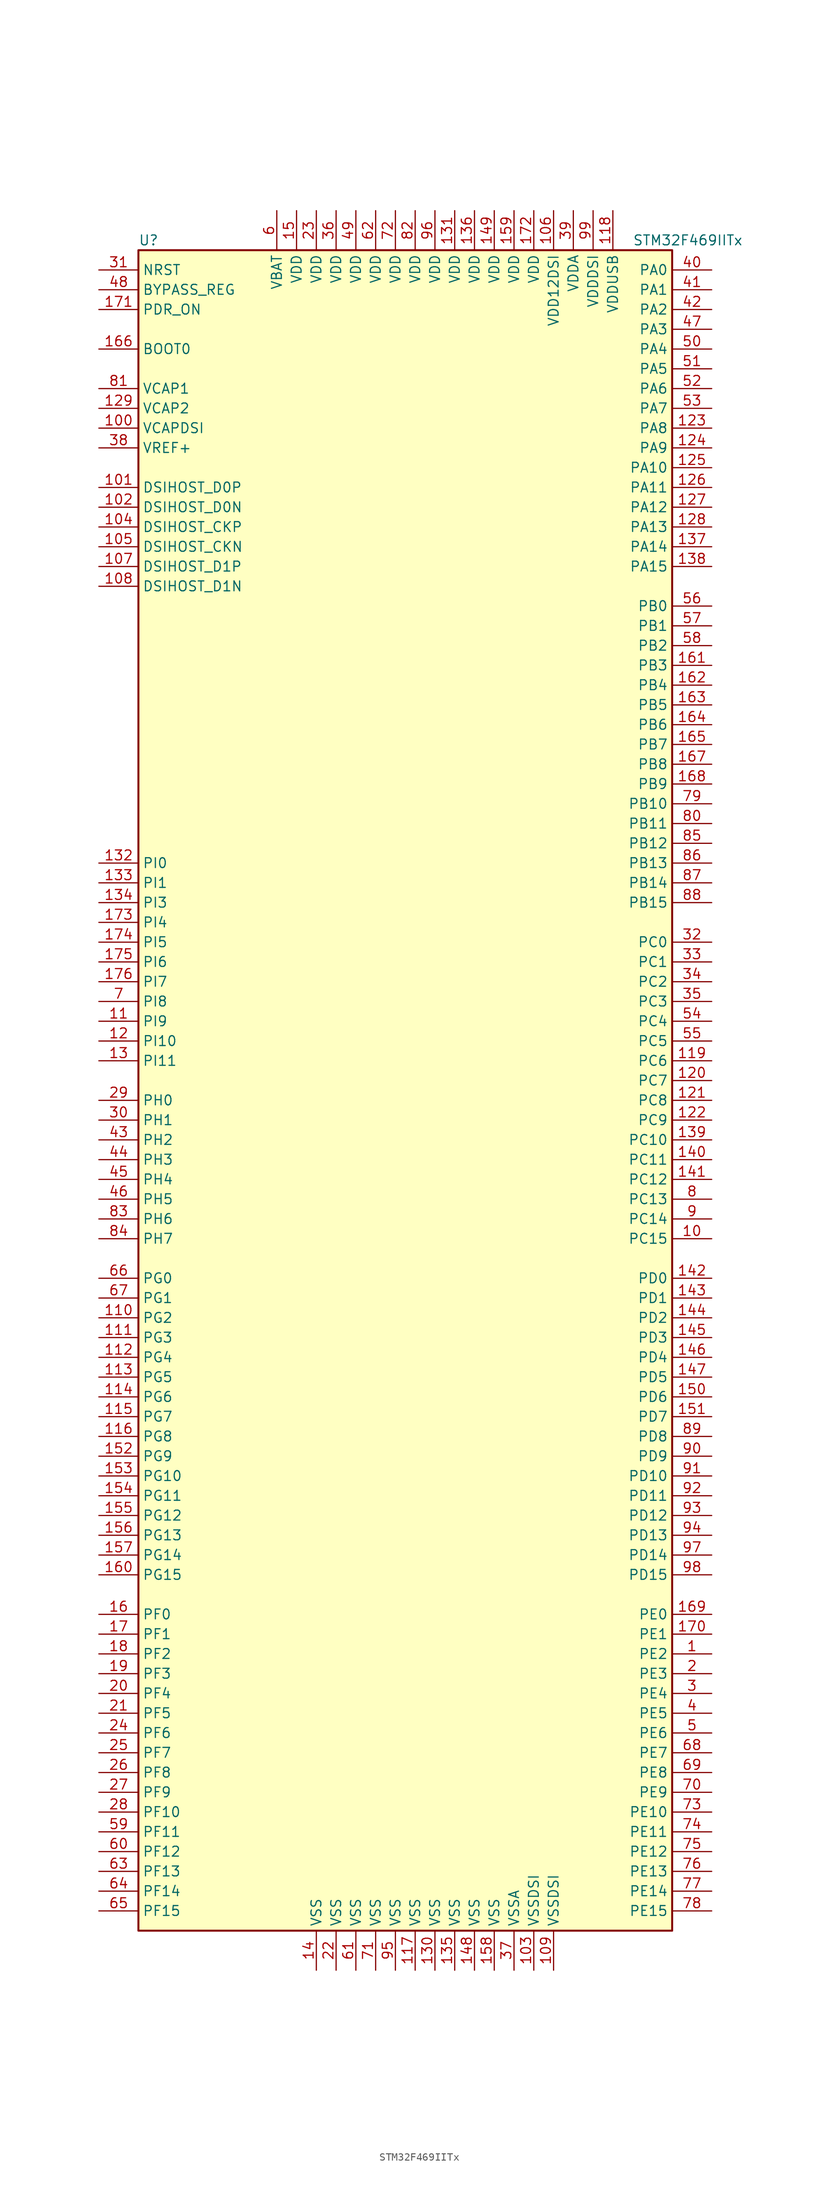
<source format=kicad_sym>
(kicad_symbol_lib
  (version 20201005)
  (generator kicad_symbol_editor)
  (symbol "STM32F469IITx"
    (property "Reference" "U"
      (at -35.56 107.95 0)
      (effects (font (size 1.27 1.27)) (justify left)))
    (property "Value" "STM32F469IITx"
      (at 27.94 107.95 0)
      (effects (font (size 1.27 1.27)) (justify left)))
    (symbol "STM32F469IITx_0_1"
      (rectangle (start -35.56 -109.22) (end 33.02 106.68) (stroke (width 0.254)) (fill (type background))))
    (symbol "STM32F469IITx_1_1"
      (pin input line (at -40.64 93.98 0) (length 5.08) (name "BOOT0" (effects (font (size 1.27 1.27)))) (number "166" (effects (font (size 1.27 1.27)))))
      (pin input line (at -40.64 101.6 0) (length 5.08) (name "BYPASS_REG" (effects (font (size 1.27 1.27)))) (number "48" (effects (font (size 1.27 1.27)))))
      (pin bidirectional line (at -40.64 68.58 0) (length 5.08) (name "DSIHOST_CKN" (effects (font (size 1.27 1.27)))) (number "105" (effects (font (size 1.27 1.27)))))
      (pin bidirectional line (at -40.64 71.12 0) (length 5.08) (name "DSIHOST_CKP" (effects (font (size 1.27 1.27)))) (number "104" (effects (font (size 1.27 1.27)))))
      (pin bidirectional line (at -40.64 73.66 0) (length 5.08) (name "DSIHOST_D0N" (effects (font (size 1.27 1.27)))) (number "102" (effects (font (size 1.27 1.27)))))
      (pin bidirectional line (at -40.64 76.2 0) (length 5.08) (name "DSIHOST_D0P" (effects (font (size 1.27 1.27)))) (number "101" (effects (font (size 1.27 1.27)))))
      (pin bidirectional line (at -40.64 63.5 0) (length 5.08) (name "DSIHOST_D1N" (effects (font (size 1.27 1.27)))) (number "108" (effects (font (size 1.27 1.27)))))
      (pin bidirectional line (at -40.64 66.04 0) (length 5.08) (name "DSIHOST_D1P" (effects (font (size 1.27 1.27)))) (number "107" (effects (font (size 1.27 1.27)))))
      (pin input line (at -40.64 104.14 0) (length 5.08) (name "NRST" (effects (font (size 1.27 1.27)))) (number "31" (effects (font (size 1.27 1.27)))))
      (pin bidirectional line (at 38.1 104.14 180) (length 5.08) (name "PA0" (effects (font (size 1.27 1.27)))) (number "40" (effects (font (size 1.27 1.27)))))
      (pin bidirectional line (at 38.1 101.6 180) (length 5.08) (name "PA1" (effects (font (size 1.27 1.27)))) (number "41" (effects (font (size 1.27 1.27)))))
      (pin bidirectional line (at 38.1 78.74 180) (length 5.08) (name "PA10" (effects (font (size 1.27 1.27)))) (number "125" (effects (font (size 1.27 1.27)))))
      (pin bidirectional line (at 38.1 76.2 180) (length 5.08) (name "PA11" (effects (font (size 1.27 1.27)))) (number "126" (effects (font (size 1.27 1.27)))))
      (pin bidirectional line (at 38.1 73.66 180) (length 5.08) (name "PA12" (effects (font (size 1.27 1.27)))) (number "127" (effects (font (size 1.27 1.27)))))
      (pin bidirectional line (at 38.1 71.12 180) (length 5.08) (name "PA13" (effects (font (size 1.27 1.27)))) (number "128" (effects (font (size 1.27 1.27)))))
      (pin bidirectional line (at 38.1 68.58 180) (length 5.08) (name "PA14" (effects (font (size 1.27 1.27)))) (number "137" (effects (font (size 1.27 1.27)))))
      (pin bidirectional line (at 38.1 66.04 180) (length 5.08) (name "PA15" (effects (font (size 1.27 1.27)))) (number "138" (effects (font (size 1.27 1.27)))))
      (pin bidirectional line (at 38.1 99.06 180) (length 5.08) (name "PA2" (effects (font (size 1.27 1.27)))) (number "42" (effects (font (size 1.27 1.27)))))
      (pin bidirectional line (at 38.1 96.52 180) (length 5.08) (name "PA3" (effects (font (size 1.27 1.27)))) (number "47" (effects (font (size 1.27 1.27)))))
      (pin bidirectional line (at 38.1 93.98 180) (length 5.08) (name "PA4" (effects (font (size 1.27 1.27)))) (number "50" (effects (font (size 1.27 1.27)))))
      (pin bidirectional line (at 38.1 91.44 180) (length 5.08) (name "PA5" (effects (font (size 1.27 1.27)))) (number "51" (effects (font (size 1.27 1.27)))))
      (pin bidirectional line (at 38.1 88.9 180) (length 5.08) (name "PA6" (effects (font (size 1.27 1.27)))) (number "52" (effects (font (size 1.27 1.27)))))
      (pin bidirectional line (at 38.1 86.36 180) (length 5.08) (name "PA7" (effects (font (size 1.27 1.27)))) (number "53" (effects (font (size 1.27 1.27)))))
      (pin bidirectional line (at 38.1 83.82 180) (length 5.08) (name "PA8" (effects (font (size 1.27 1.27)))) (number "123" (effects (font (size 1.27 1.27)))))
      (pin bidirectional line (at 38.1 81.28 180) (length 5.08) (name "PA9" (effects (font (size 1.27 1.27)))) (number "124" (effects (font (size 1.27 1.27)))))
      (pin bidirectional line (at 38.1 60.96 180) (length 5.08) (name "PB0" (effects (font (size 1.27 1.27)))) (number "56" (effects (font (size 1.27 1.27)))))
      (pin bidirectional line (at 38.1 58.42 180) (length 5.08) (name "PB1" (effects (font (size 1.27 1.27)))) (number "57" (effects (font (size 1.27 1.27)))))
      (pin bidirectional line (at 38.1 35.56 180) (length 5.08) (name "PB10" (effects (font (size 1.27 1.27)))) (number "79" (effects (font (size 1.27 1.27)))))
      (pin bidirectional line (at 38.1 33.02 180) (length 5.08) (name "PB11" (effects (font (size 1.27 1.27)))) (number "80" (effects (font (size 1.27 1.27)))))
      (pin bidirectional line (at 38.1 30.48 180) (length 5.08) (name "PB12" (effects (font (size 1.27 1.27)))) (number "85" (effects (font (size 1.27 1.27)))))
      (pin bidirectional line (at 38.1 27.94 180) (length 5.08) (name "PB13" (effects (font (size 1.27 1.27)))) (number "86" (effects (font (size 1.27 1.27)))))
      (pin bidirectional line (at 38.1 25.4 180) (length 5.08) (name "PB14" (effects (font (size 1.27 1.27)))) (number "87" (effects (font (size 1.27 1.27)))))
      (pin bidirectional line (at 38.1 22.86 180) (length 5.08) (name "PB15" (effects (font (size 1.27 1.27)))) (number "88" (effects (font (size 1.27 1.27)))))
      (pin bidirectional line (at 38.1 55.88 180) (length 5.08) (name "PB2" (effects (font (size 1.27 1.27)))) (number "58" (effects (font (size 1.27 1.27)))))
      (pin bidirectional line (at 38.1 53.34 180) (length 5.08) (name "PB3" (effects (font (size 1.27 1.27)))) (number "161" (effects (font (size 1.27 1.27)))))
      (pin bidirectional line (at 38.1 50.8 180) (length 5.08) (name "PB4" (effects (font (size 1.27 1.27)))) (number "162" (effects (font (size 1.27 1.27)))))
      (pin bidirectional line (at 38.1 48.26 180) (length 5.08) (name "PB5" (effects (font (size 1.27 1.27)))) (number "163" (effects (font (size 1.27 1.27)))))
      (pin bidirectional line (at 38.1 45.72 180) (length 5.08) (name "PB6" (effects (font (size 1.27 1.27)))) (number "164" (effects (font (size 1.27 1.27)))))
      (pin bidirectional line (at 38.1 43.18 180) (length 5.08) (name "PB7" (effects (font (size 1.27 1.27)))) (number "165" (effects (font (size 1.27 1.27)))))
      (pin bidirectional line (at 38.1 40.64 180) (length 5.08) (name "PB8" (effects (font (size 1.27 1.27)))) (number "167" (effects (font (size 1.27 1.27)))))
      (pin bidirectional line (at 38.1 38.1 180) (length 5.08) (name "PB9" (effects (font (size 1.27 1.27)))) (number "168" (effects (font (size 1.27 1.27)))))
      (pin bidirectional line (at 38.1 17.78 180) (length 5.08) (name "PC0" (effects (font (size 1.27 1.27)))) (number "32" (effects (font (size 1.27 1.27)))))
      (pin bidirectional line (at 38.1 15.24 180) (length 5.08) (name "PC1" (effects (font (size 1.27 1.27)))) (number "33" (effects (font (size 1.27 1.27)))))
      (pin bidirectional line (at 38.1 -7.62 180) (length 5.08) (name "PC10" (effects (font (size 1.27 1.27)))) (number "139" (effects (font (size 1.27 1.27)))))
      (pin bidirectional line (at 38.1 -10.16 180) (length 5.08) (name "PC11" (effects (font (size 1.27 1.27)))) (number "140" (effects (font (size 1.27 1.27)))))
      (pin bidirectional line (at 38.1 -12.7 180) (length 5.08) (name "PC12" (effects (font (size 1.27 1.27)))) (number "141" (effects (font (size 1.27 1.27)))))
      (pin bidirectional line (at 38.1 -15.24 180) (length 5.08) (name "PC13" (effects (font (size 1.27 1.27)))) (number "8" (effects (font (size 1.27 1.27)))))
      (pin bidirectional line (at 38.1 -17.78 180) (length 5.08) (name "PC14" (effects (font (size 1.27 1.27)))) (number "9" (effects (font (size 1.27 1.27)))))
      (pin bidirectional line (at 38.1 -20.32 180) (length 5.08) (name "PC15" (effects (font (size 1.27 1.27)))) (number "10" (effects (font (size 1.27 1.27)))))
      (pin bidirectional line (at 38.1 12.7 180) (length 5.08) (name "PC2" (effects (font (size 1.27 1.27)))) (number "34" (effects (font (size 1.27 1.27)))))
      (pin bidirectional line (at 38.1 10.16 180) (length 5.08) (name "PC3" (effects (font (size 1.27 1.27)))) (number "35" (effects (font (size 1.27 1.27)))))
      (pin bidirectional line (at 38.1 7.62 180) (length 5.08) (name "PC4" (effects (font (size 1.27 1.27)))) (number "54" (effects (font (size 1.27 1.27)))))
      (pin bidirectional line (at 38.1 5.08 180) (length 5.08) (name "PC5" (effects (font (size 1.27 1.27)))) (number "55" (effects (font (size 1.27 1.27)))))
      (pin bidirectional line (at 38.1 2.54 180) (length 5.08) (name "PC6" (effects (font (size 1.27 1.27)))) (number "119" (effects (font (size 1.27 1.27)))))
      (pin bidirectional line (at 38.1 0 180) (length 5.08) (name "PC7" (effects (font (size 1.27 1.27)))) (number "120" (effects (font (size 1.27 1.27)))))
      (pin bidirectional line (at 38.1 -2.54 180) (length 5.08) (name "PC8" (effects (font (size 1.27 1.27)))) (number "121" (effects (font (size 1.27 1.27)))))
      (pin bidirectional line (at 38.1 -5.08 180) (length 5.08) (name "PC9" (effects (font (size 1.27 1.27)))) (number "122" (effects (font (size 1.27 1.27)))))
      (pin bidirectional line (at 38.1 -25.4 180) (length 5.08) (name "PD0" (effects (font (size 1.27 1.27)))) (number "142" (effects (font (size 1.27 1.27)))))
      (pin bidirectional line (at 38.1 -27.94 180) (length 5.08) (name "PD1" (effects (font (size 1.27 1.27)))) (number "143" (effects (font (size 1.27 1.27)))))
      (pin bidirectional line (at 38.1 -50.8 180) (length 5.08) (name "PD10" (effects (font (size 1.27 1.27)))) (number "91" (effects (font (size 1.27 1.27)))))
      (pin bidirectional line (at 38.1 -53.34 180) (length 5.08) (name "PD11" (effects (font (size 1.27 1.27)))) (number "92" (effects (font (size 1.27 1.27)))))
      (pin bidirectional line (at 38.1 -55.88 180) (length 5.08) (name "PD12" (effects (font (size 1.27 1.27)))) (number "93" (effects (font (size 1.27 1.27)))))
      (pin bidirectional line (at 38.1 -58.42 180) (length 5.08) (name "PD13" (effects (font (size 1.27 1.27)))) (number "94" (effects (font (size 1.27 1.27)))))
      (pin bidirectional line (at 38.1 -60.96 180) (length 5.08) (name "PD14" (effects (font (size 1.27 1.27)))) (number "97" (effects (font (size 1.27 1.27)))))
      (pin bidirectional line (at 38.1 -63.5 180) (length 5.08) (name "PD15" (effects (font (size 1.27 1.27)))) (number "98" (effects (font (size 1.27 1.27)))))
      (pin bidirectional line (at 38.1 -30.48 180) (length 5.08) (name "PD2" (effects (font (size 1.27 1.27)))) (number "144" (effects (font (size 1.27 1.27)))))
      (pin bidirectional line (at 38.1 -33.02 180) (length 5.08) (name "PD3" (effects (font (size 1.27 1.27)))) (number "145" (effects (font (size 1.27 1.27)))))
      (pin bidirectional line (at 38.1 -35.56 180) (length 5.08) (name "PD4" (effects (font (size 1.27 1.27)))) (number "146" (effects (font (size 1.27 1.27)))))
      (pin bidirectional line (at 38.1 -38.1 180) (length 5.08) (name "PD5" (effects (font (size 1.27 1.27)))) (number "147" (effects (font (size 1.27 1.27)))))
      (pin bidirectional line (at 38.1 -40.64 180) (length 5.08) (name "PD6" (effects (font (size 1.27 1.27)))) (number "150" (effects (font (size 1.27 1.27)))))
      (pin bidirectional line (at 38.1 -43.18 180) (length 5.08) (name "PD7" (effects (font (size 1.27 1.27)))) (number "151" (effects (font (size 1.27 1.27)))))
      (pin bidirectional line (at 38.1 -45.72 180) (length 5.08) (name "PD8" (effects (font (size 1.27 1.27)))) (number "89" (effects (font (size 1.27 1.27)))))
      (pin bidirectional line (at 38.1 -48.26 180) (length 5.08) (name "PD9" (effects (font (size 1.27 1.27)))) (number "90" (effects (font (size 1.27 1.27)))))
      (pin input line (at -40.64 99.06 0) (length 5.08) (name "PDR_ON" (effects (font (size 1.27 1.27)))) (number "171" (effects (font (size 1.27 1.27)))))
      (pin bidirectional line (at 38.1 -68.58 180) (length 5.08) (name "PE0" (effects (font (size 1.27 1.27)))) (number "169" (effects (font (size 1.27 1.27)))))
      (pin bidirectional line (at 38.1 -71.12 180) (length 5.08) (name "PE1" (effects (font (size 1.27 1.27)))) (number "170" (effects (font (size 1.27 1.27)))))
      (pin bidirectional line (at 38.1 -93.98 180) (length 5.08) (name "PE10" (effects (font (size 1.27 1.27)))) (number "73" (effects (font (size 1.27 1.27)))))
      (pin bidirectional line (at 38.1 -96.52 180) (length 5.08) (name "PE11" (effects (font (size 1.27 1.27)))) (number "74" (effects (font (size 1.27 1.27)))))
      (pin bidirectional line (at 38.1 -99.06 180) (length 5.08) (name "PE12" (effects (font (size 1.27 1.27)))) (number "75" (effects (font (size 1.27 1.27)))))
      (pin bidirectional line (at 38.1 -101.6 180) (length 5.08) (name "PE13" (effects (font (size 1.27 1.27)))) (number "76" (effects (font (size 1.27 1.27)))))
      (pin bidirectional line (at 38.1 -104.14 180) (length 5.08) (name "PE14" (effects (font (size 1.27 1.27)))) (number "77" (effects (font (size 1.27 1.27)))))
      (pin bidirectional line (at 38.1 -106.68 180) (length 5.08) (name "PE15" (effects (font (size 1.27 1.27)))) (number "78" (effects (font (size 1.27 1.27)))))
      (pin bidirectional line (at 38.1 -73.66 180) (length 5.08) (name "PE2" (effects (font (size 1.27 1.27)))) (number "1" (effects (font (size 1.27 1.27)))))
      (pin bidirectional line (at 38.1 -76.2 180) (length 5.08) (name "PE3" (effects (font (size 1.27 1.27)))) (number "2" (effects (font (size 1.27 1.27)))))
      (pin bidirectional line (at 38.1 -78.74 180) (length 5.08) (name "PE4" (effects (font (size 1.27 1.27)))) (number "3" (effects (font (size 1.27 1.27)))))
      (pin bidirectional line (at 38.1 -81.28 180) (length 5.08) (name "PE5" (effects (font (size 1.27 1.27)))) (number "4" (effects (font (size 1.27 1.27)))))
      (pin bidirectional line (at 38.1 -83.82 180) (length 5.08) (name "PE6" (effects (font (size 1.27 1.27)))) (number "5" (effects (font (size 1.27 1.27)))))
      (pin bidirectional line (at 38.1 -86.36 180) (length 5.08) (name "PE7" (effects (font (size 1.27 1.27)))) (number "68" (effects (font (size 1.27 1.27)))))
      (pin bidirectional line (at 38.1 -88.9 180) (length 5.08) (name "PE8" (effects (font (size 1.27 1.27)))) (number "69" (effects (font (size 1.27 1.27)))))
      (pin bidirectional line (at 38.1 -91.44 180) (length 5.08) (name "PE9" (effects (font (size 1.27 1.27)))) (number "70" (effects (font (size 1.27 1.27)))))
      (pin bidirectional line (at -40.64 -68.58 0) (length 5.08) (name "PF0" (effects (font (size 1.27 1.27)))) (number "16" (effects (font (size 1.27 1.27)))))
      (pin bidirectional line (at -40.64 -71.12 0) (length 5.08) (name "PF1" (effects (font (size 1.27 1.27)))) (number "17" (effects (font (size 1.27 1.27)))))
      (pin bidirectional line (at -40.64 -93.98 0) (length 5.08) (name "PF10" (effects (font (size 1.27 1.27)))) (number "28" (effects (font (size 1.27 1.27)))))
      (pin bidirectional line (at -40.64 -96.52 0) (length 5.08) (name "PF11" (effects (font (size 1.27 1.27)))) (number "59" (effects (font (size 1.27 1.27)))))
      (pin bidirectional line (at -40.64 -99.06 0) (length 5.08) (name "PF12" (effects (font (size 1.27 1.27)))) (number "60" (effects (font (size 1.27 1.27)))))
      (pin bidirectional line (at -40.64 -101.6 0) (length 5.08) (name "PF13" (effects (font (size 1.27 1.27)))) (number "63" (effects (font (size 1.27 1.27)))))
      (pin bidirectional line (at -40.64 -104.14 0) (length 5.08) (name "PF14" (effects (font (size 1.27 1.27)))) (number "64" (effects (font (size 1.27 1.27)))))
      (pin bidirectional line (at -40.64 -106.68 0) (length 5.08) (name "PF15" (effects (font (size 1.27 1.27)))) (number "65" (effects (font (size 1.27 1.27)))))
      (pin bidirectional line (at -40.64 -73.66 0) (length 5.08) (name "PF2" (effects (font (size 1.27 1.27)))) (number "18" (effects (font (size 1.27 1.27)))))
      (pin bidirectional line (at -40.64 -76.2 0) (length 5.08) (name "PF3" (effects (font (size 1.27 1.27)))) (number "19" (effects (font (size 1.27 1.27)))))
      (pin bidirectional line (at -40.64 -78.74 0) (length 5.08) (name "PF4" (effects (font (size 1.27 1.27)))) (number "20" (effects (font (size 1.27 1.27)))))
      (pin bidirectional line (at -40.64 -81.28 0) (length 5.08) (name "PF5" (effects (font (size 1.27 1.27)))) (number "21" (effects (font (size 1.27 1.27)))))
      (pin bidirectional line (at -40.64 -83.82 0) (length 5.08) (name "PF6" (effects (font (size 1.27 1.27)))) (number "24" (effects (font (size 1.27 1.27)))))
      (pin bidirectional line (at -40.64 -86.36 0) (length 5.08) (name "PF7" (effects (font (size 1.27 1.27)))) (number "25" (effects (font (size 1.27 1.27)))))
      (pin bidirectional line (at -40.64 -88.9 0) (length 5.08) (name "PF8" (effects (font (size 1.27 1.27)))) (number "26" (effects (font (size 1.27 1.27)))))
      (pin bidirectional line (at -40.64 -91.44 0) (length 5.08) (name "PF9" (effects (font (size 1.27 1.27)))) (number "27" (effects (font (size 1.27 1.27)))))
      (pin bidirectional line (at -40.64 -25.4 0) (length 5.08) (name "PG0" (effects (font (size 1.27 1.27)))) (number "66" (effects (font (size 1.27 1.27)))))
      (pin bidirectional line (at -40.64 -27.94 0) (length 5.08) (name "PG1" (effects (font (size 1.27 1.27)))) (number "67" (effects (font (size 1.27 1.27)))))
      (pin bidirectional line (at -40.64 -50.8 0) (length 5.08) (name "PG10" (effects (font (size 1.27 1.27)))) (number "153" (effects (font (size 1.27 1.27)))))
      (pin bidirectional line (at -40.64 -53.34 0) (length 5.08) (name "PG11" (effects (font (size 1.27 1.27)))) (number "154" (effects (font (size 1.27 1.27)))))
      (pin bidirectional line (at -40.64 -55.88 0) (length 5.08) (name "PG12" (effects (font (size 1.27 1.27)))) (number "155" (effects (font (size 1.27 1.27)))))
      (pin bidirectional line (at -40.64 -58.42 0) (length 5.08) (name "PG13" (effects (font (size 1.27 1.27)))) (number "156" (effects (font (size 1.27 1.27)))))
      (pin bidirectional line (at -40.64 -60.96 0) (length 5.08) (name "PG14" (effects (font (size 1.27 1.27)))) (number "157" (effects (font (size 1.27 1.27)))))
      (pin bidirectional line (at -40.64 -63.5 0) (length 5.08) (name "PG15" (effects (font (size 1.27 1.27)))) (number "160" (effects (font (size 1.27 1.27)))))
      (pin bidirectional line (at -40.64 -30.48 0) (length 5.08) (name "PG2" (effects (font (size 1.27 1.27)))) (number "110" (effects (font (size 1.27 1.27)))))
      (pin bidirectional line (at -40.64 -33.02 0) (length 5.08) (name "PG3" (effects (font (size 1.27 1.27)))) (number "111" (effects (font (size 1.27 1.27)))))
      (pin bidirectional line (at -40.64 -35.56 0) (length 5.08) (name "PG4" (effects (font (size 1.27 1.27)))) (number "112" (effects (font (size 1.27 1.27)))))
      (pin bidirectional line (at -40.64 -38.1 0) (length 5.08) (name "PG5" (effects (font (size 1.27 1.27)))) (number "113" (effects (font (size 1.27 1.27)))))
      (pin bidirectional line (at -40.64 -40.64 0) (length 5.08) (name "PG6" (effects (font (size 1.27 1.27)))) (number "114" (effects (font (size 1.27 1.27)))))
      (pin bidirectional line (at -40.64 -43.18 0) (length 5.08) (name "PG7" (effects (font (size 1.27 1.27)))) (number "115" (effects (font (size 1.27 1.27)))))
      (pin bidirectional line (at -40.64 -45.72 0) (length 5.08) (name "PG8" (effects (font (size 1.27 1.27)))) (number "116" (effects (font (size 1.27 1.27)))))
      (pin bidirectional line (at -40.64 -48.26 0) (length 5.08) (name "PG9" (effects (font (size 1.27 1.27)))) (number "152" (effects (font (size 1.27 1.27)))))
      (pin input line (at -40.64 -2.54 0) (length 5.08) (name "PH0" (effects (font (size 1.27 1.27)))) (number "29" (effects (font (size 1.27 1.27)))))
      (pin input line (at -40.64 -5.08 0) (length 5.08) (name "PH1" (effects (font (size 1.27 1.27)))) (number "30" (effects (font (size 1.27 1.27)))))
      (pin bidirectional line (at -40.64 -7.62 0) (length 5.08) (name "PH2" (effects (font (size 1.27 1.27)))) (number "43" (effects (font (size 1.27 1.27)))))
      (pin bidirectional line (at -40.64 -10.16 0) (length 5.08) (name "PH3" (effects (font (size 1.27 1.27)))) (number "44" (effects (font (size 1.27 1.27)))))
      (pin bidirectional line (at -40.64 -12.7 0) (length 5.08) (name "PH4" (effects (font (size 1.27 1.27)))) (number "45" (effects (font (size 1.27 1.27)))))
      (pin bidirectional line (at -40.64 -15.24 0) (length 5.08) (name "PH5" (effects (font (size 1.27 1.27)))) (number "46" (effects (font (size 1.27 1.27)))))
      (pin bidirectional line (at -40.64 -17.78 0) (length 5.08) (name "PH6" (effects (font (size 1.27 1.27)))) (number "83" (effects (font (size 1.27 1.27)))))
      (pin bidirectional line (at -40.64 -20.32 0) (length 5.08) (name "PH7" (effects (font (size 1.27 1.27)))) (number "84" (effects (font (size 1.27 1.27)))))
      (pin bidirectional line (at -40.64 27.94 0) (length 5.08) (name "PI0" (effects (font (size 1.27 1.27)))) (number "132" (effects (font (size 1.27 1.27)))))
      (pin bidirectional line (at -40.64 25.4 0) (length 5.08) (name "PI1" (effects (font (size 1.27 1.27)))) (number "133" (effects (font (size 1.27 1.27)))))
      (pin bidirectional line (at -40.64 5.08 0) (length 5.08) (name "PI10" (effects (font (size 1.27 1.27)))) (number "12" (effects (font (size 1.27 1.27)))))
      (pin bidirectional line (at -40.64 2.54 0) (length 5.08) (name "PI11" (effects (font (size 1.27 1.27)))) (number "13" (effects (font (size 1.27 1.27)))))
      (pin bidirectional line (at -40.64 22.86 0) (length 5.08) (name "PI3" (effects (font (size 1.27 1.27)))) (number "134" (effects (font (size 1.27 1.27)))))
      (pin bidirectional line (at -40.64 20.32 0) (length 5.08) (name "PI4" (effects (font (size 1.27 1.27)))) (number "173" (effects (font (size 1.27 1.27)))))
      (pin bidirectional line (at -40.64 17.78 0) (length 5.08) (name "PI5" (effects (font (size 1.27 1.27)))) (number "174" (effects (font (size 1.27 1.27)))))
      (pin bidirectional line (at -40.64 15.24 0) (length 5.08) (name "PI6" (effects (font (size 1.27 1.27)))) (number "175" (effects (font (size 1.27 1.27)))))
      (pin bidirectional line (at -40.64 12.7 0) (length 5.08) (name "PI7" (effects (font (size 1.27 1.27)))) (number "176" (effects (font (size 1.27 1.27)))))
      (pin bidirectional line (at -40.64 10.16 0) (length 5.08) (name "PI8" (effects (font (size 1.27 1.27)))) (number "7" (effects (font (size 1.27 1.27)))))
      (pin bidirectional line (at -40.64 7.62 0) (length 5.08) (name "PI9" (effects (font (size 1.27 1.27)))) (number "11" (effects (font (size 1.27 1.27)))))
      (pin power_in line (at -17.78 111.76 270) (length 5.08) (name "VBAT" (effects (font (size 1.27 1.27)))) (number "6" (effects (font (size 1.27 1.27)))))
      (pin power_in line (at -40.64 88.9 0) (length 5.08) (name "VCAP1" (effects (font (size 1.27 1.27)))) (number "81" (effects (font (size 1.27 1.27)))))
      (pin power_in line (at -40.64 86.36 0) (length 5.08) (name "VCAP2" (effects (font (size 1.27 1.27)))) (number "129" (effects (font (size 1.27 1.27)))))
      (pin power_in line (at -40.64 83.82 0) (length 5.08) (name "VCAPDSI" (effects (font (size 1.27 1.27)))) (number "100" (effects (font (size 1.27 1.27)))))
      (pin power_in line (at 5.08 111.76 270) (length 5.08) (name "VDD" (effects (font (size 1.27 1.27)))) (number "131" (effects (font (size 1.27 1.27)))))
      (pin power_in line (at 7.62 111.76 270) (length 5.08) (name "VDD" (effects (font (size 1.27 1.27)))) (number "136" (effects (font (size 1.27 1.27)))))
      (pin power_in line (at 10.16 111.76 270) (length 5.08) (name "VDD" (effects (font (size 1.27 1.27)))) (number "149" (effects (font (size 1.27 1.27)))))
      (pin power_in line (at -15.24 111.76 270) (length 5.08) (name "VDD" (effects (font (size 1.27 1.27)))) (number "15" (effects (font (size 1.27 1.27)))))
      (pin power_in line (at 12.7 111.76 270) (length 5.08) (name "VDD" (effects (font (size 1.27 1.27)))) (number "159" (effects (font (size 1.27 1.27)))))
      (pin power_in line (at 15.24 111.76 270) (length 5.08) (name "VDD" (effects (font (size 1.27 1.27)))) (number "172" (effects (font (size 1.27 1.27)))))
      (pin power_in line (at -12.7 111.76 270) (length 5.08) (name "VDD" (effects (font (size 1.27 1.27)))) (number "23" (effects (font (size 1.27 1.27)))))
      (pin power_in line (at -10.16 111.76 270) (length 5.08) (name "VDD" (effects (font (size 1.27 1.27)))) (number "36" (effects (font (size 1.27 1.27)))))
      (pin power_in line (at -7.62 111.76 270) (length 5.08) (name "VDD" (effects (font (size 1.27 1.27)))) (number "49" (effects (font (size 1.27 1.27)))))
      (pin power_in line (at -5.08 111.76 270) (length 5.08) (name "VDD" (effects (font (size 1.27 1.27)))) (number "62" (effects (font (size 1.27 1.27)))))
      (pin power_in line (at -2.54 111.76 270) (length 5.08) (name "VDD" (effects (font (size 1.27 1.27)))) (number "72" (effects (font (size 1.27 1.27)))))
      (pin power_in line (at 0 111.76 270) (length 5.08) (name "VDD" (effects (font (size 1.27 1.27)))) (number "82" (effects (font (size 1.27 1.27)))))
      (pin power_in line (at 2.54 111.76 270) (length 5.08) (name "VDD" (effects (font (size 1.27 1.27)))) (number "96" (effects (font (size 1.27 1.27)))))
      (pin power_in line (at 17.78 111.76 270) (length 5.08) (name "VDD12DSI" (effects (font (size 1.27 1.27)))) (number "106" (effects (font (size 1.27 1.27)))))
      (pin power_in line (at 20.32 111.76 270) (length 5.08) (name "VDDA" (effects (font (size 1.27 1.27)))) (number "39" (effects (font (size 1.27 1.27)))))
      (pin power_in line (at 22.86 111.76 270) (length 5.08) (name "VDDDSI" (effects (font (size 1.27 1.27)))) (number "99" (effects (font (size 1.27 1.27)))))
      (pin power_in line (at 25.4 111.76 270) (length 5.08) (name "VDDUSB" (effects (font (size 1.27 1.27)))) (number "118" (effects (font (size 1.27 1.27)))))
      (pin power_in line (at -40.64 81.28 0) (length 5.08) (name "VREF+" (effects (font (size 1.27 1.27)))) (number "38" (effects (font (size 1.27 1.27)))))
      (pin power_in line (at 0 -114.3 90) (length 5.08) (name "VSS" (effects (font (size 1.27 1.27)))) (number "117" (effects (font (size 1.27 1.27)))))
      (pin power_in line (at 2.54 -114.3 90) (length 5.08) (name "VSS" (effects (font (size 1.27 1.27)))) (number "130" (effects (font (size 1.27 1.27)))))
      (pin power_in line (at 5.08 -114.3 90) (length 5.08) (name "VSS" (effects (font (size 1.27 1.27)))) (number "135" (effects (font (size 1.27 1.27)))))
      (pin power_in line (at -12.7 -114.3 90) (length 5.08) (name "VSS" (effects (font (size 1.27 1.27)))) (number "14" (effects (font (size 1.27 1.27)))))
      (pin power_in line (at 7.62 -114.3 90) (length 5.08) (name "VSS" (effects (font (size 1.27 1.27)))) (number "148" (effects (font (size 1.27 1.27)))))
      (pin power_in line (at 10.16 -114.3 90) (length 5.08) (name "VSS" (effects (font (size 1.27 1.27)))) (number "158" (effects (font (size 1.27 1.27)))))
      (pin power_in line (at -10.16 -114.3 90) (length 5.08) (name "VSS" (effects (font (size 1.27 1.27)))) (number "22" (effects (font (size 1.27 1.27)))))
      (pin power_in line (at -7.62 -114.3 90) (length 5.08) (name "VSS" (effects (font (size 1.27 1.27)))) (number "61" (effects (font (size 1.27 1.27)))))
      (pin power_in line (at -5.08 -114.3 90) (length 5.08) (name "VSS" (effects (font (size 1.27 1.27)))) (number "71" (effects (font (size 1.27 1.27)))))
      (pin power_in line (at -2.54 -114.3 90) (length 5.08) (name "VSS" (effects (font (size 1.27 1.27)))) (number "95" (effects (font (size 1.27 1.27)))))
      (pin power_in line (at 12.7 -114.3 90) (length 5.08) (name "VSSA" (effects (font (size 1.27 1.27)))) (number "37" (effects (font (size 1.27 1.27)))))
      (pin power_in line (at 15.24 -114.3 90) (length 5.08) (name "VSSDSI" (effects (font (size 1.27 1.27)))) (number "103" (effects (font (size 1.27 1.27)))))
      (pin power_in line (at 17.78 -114.3 90) (length 5.08) (name "VSSDSI" (effects (font (size 1.27 1.27)))) (number "109" (effects (font (size 1.27 1.27))))))))
</source>
